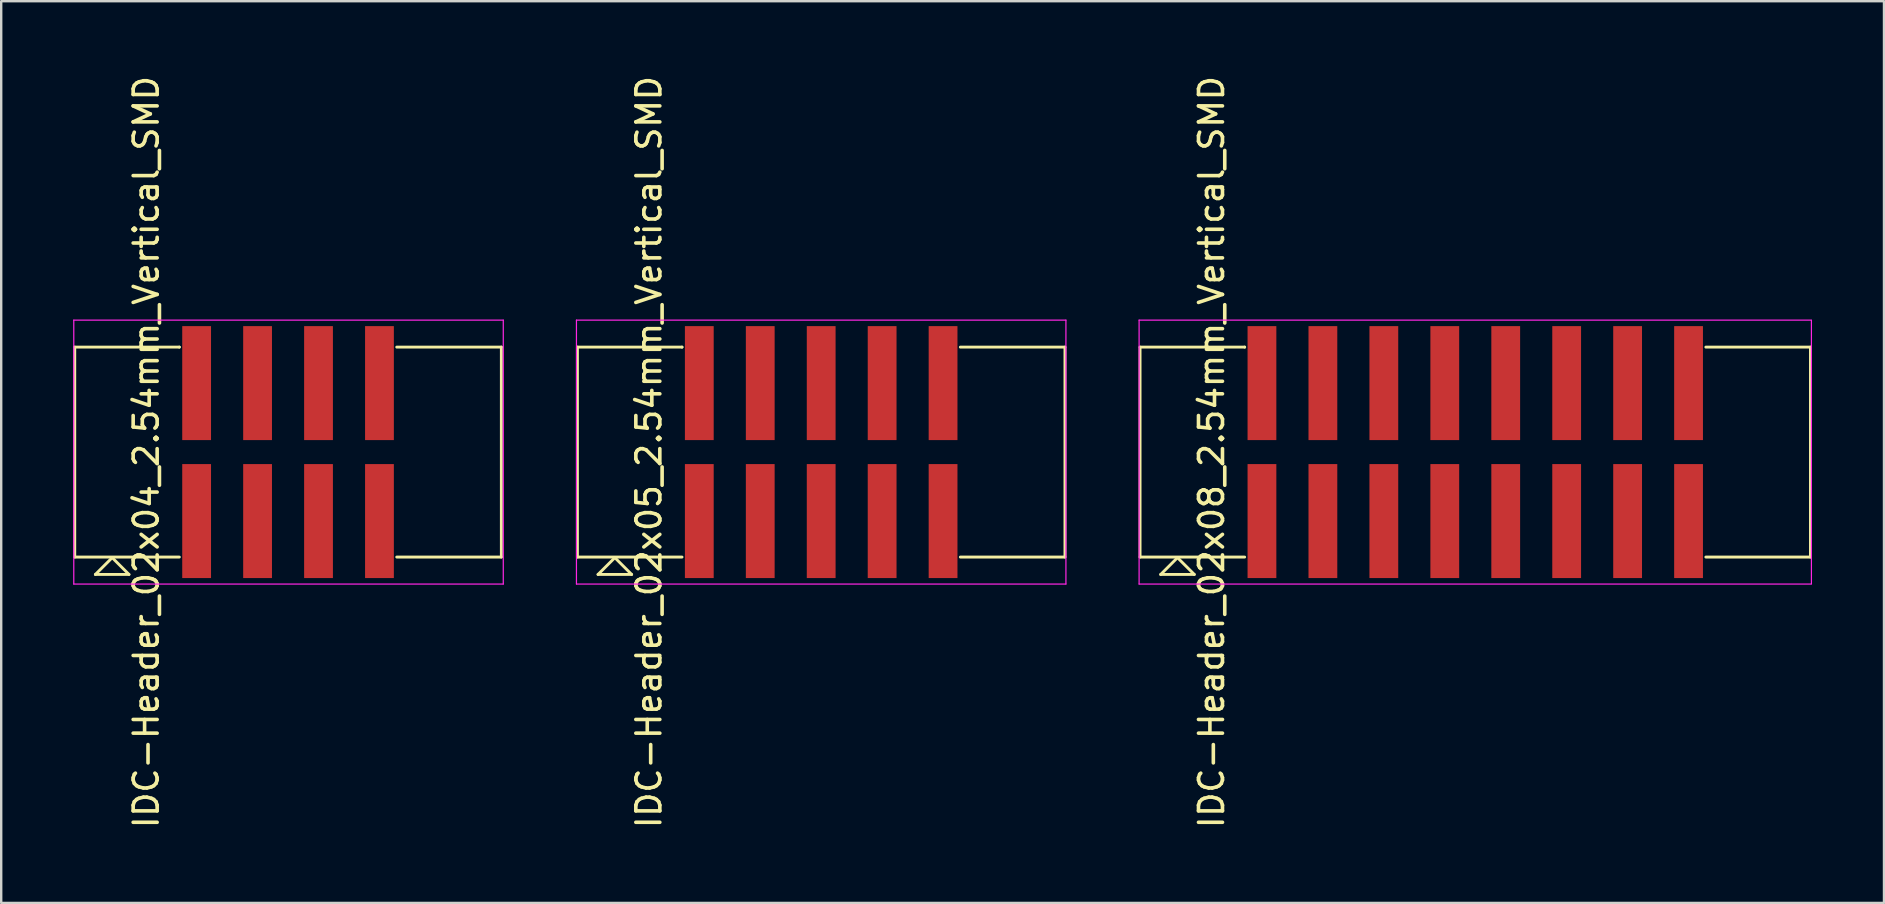
<source format=kicad_pcb>
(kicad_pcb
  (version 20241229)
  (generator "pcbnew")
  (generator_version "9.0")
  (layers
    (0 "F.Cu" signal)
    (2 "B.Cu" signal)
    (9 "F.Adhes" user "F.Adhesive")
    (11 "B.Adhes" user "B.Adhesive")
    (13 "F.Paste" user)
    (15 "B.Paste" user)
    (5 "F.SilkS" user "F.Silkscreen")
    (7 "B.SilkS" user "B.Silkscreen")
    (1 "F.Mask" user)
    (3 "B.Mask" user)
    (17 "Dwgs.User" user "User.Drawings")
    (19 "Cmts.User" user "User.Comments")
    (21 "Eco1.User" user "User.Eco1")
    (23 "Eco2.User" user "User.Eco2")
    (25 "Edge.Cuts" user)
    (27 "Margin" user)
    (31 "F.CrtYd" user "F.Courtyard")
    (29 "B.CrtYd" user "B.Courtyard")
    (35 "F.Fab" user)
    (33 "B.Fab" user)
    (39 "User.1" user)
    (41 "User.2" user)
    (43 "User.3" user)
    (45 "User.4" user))
  (footprint "IDC-Header_02x08_2.54mm_Vertical_SMD"
    (layer "F.Cu")
    (at 54.625 15.792)
    (property "Reference" "IDC-Header_02x08_2.54mm_Vertical_SMD" (at -7.18 0 90) (layer "F.SilkS") (effects (font (size 1 1) (thickness 0.15))))
    (attr smd)
    (fp_line (start -10.16 -4.375) (end -10.16 4.375) (stroke (width 0.12) (type solid)) (layer "F.SilkS"))
    (fp_line (start -10.16 -4.375) (end -5.8 -4.375) (stroke (width 0.12) (type solid)) (layer "F.SilkS"))
    (fp_line (start -10.16 4.375) (end -5.8 4.375) (stroke (width 0.12) (type solid)) (layer "F.SilkS"))
    (fp_line (start -8.6 4.4) (end -9.3 5.1) (stroke (width 0.12) (type solid)) (layer "F.SilkS"))
    (fp_line (start -8.6 4.4) (end -7.9 5.1) (stroke (width 0.12) (type solid)) (layer "F.SilkS"))
    (fp_line (start -7.9 5.1) (end -9.3 5.1) (stroke (width 0.12) (type solid)) (layer "F.SilkS"))
    (fp_line (start -5.8 -4.375) (end -5.8 -4.375) (stroke (width 0.12) (type solid)) (layer "F.SilkS"))
    (fp_line (start 13.42 -4.375) (end 17.78 -4.375) (stroke (width 0.12) (type solid)) (layer "F.SilkS"))
    (fp_line (start 13.42 4.375) (end 17.78 4.375) (stroke (width 0.12) (type solid)) (layer "F.SilkS"))
    (fp_line (start 17.78 4.375) (end 17.78 -4.375) (stroke (width 0.12) (type solid)) (layer "F.SilkS"))
    (fp_line (start -10.2 -5.5) (end 17.8 -5.5) (stroke (width 0.05) (type solid)) (layer "F.CrtYd"))
    (fp_line (start -10.2 5.5) (end -10.2 -5.5) (stroke (width 0.05) (type solid)) (layer "F.CrtYd"))
    (fp_line (start 17.8 5.5) (end -10.2 5.5) (stroke (width 0.05) (type solid)) (layer "F.CrtYd"))
    (fp_line (start 17.82 -5.5) (end 17.82 5.5) (stroke (width 0.05) (type solid)) (layer "F.CrtYd"))
    (pad "1" smd rect (at -5.08 2.875) (size 1.2 4.75) (layers "F.Cu" "F.Mask" "F.Paste"))
    (pad "2" smd rect (at -5.08 -2.875) (size 1.2 4.75) (layers "F.Cu" "F.Mask" "F.Paste"))
    (pad "3" smd rect (at -2.54 2.875) (size 1.2 4.75) (layers "F.Cu" "F.Mask" "F.Paste"))
    (pad "4" smd rect (at -2.54 -2.875) (size 1.2 4.75) (layers "F.Cu" "F.Mask" "F.Paste"))
    (pad "5" smd rect (at 0 2.875) (size 1.2 4.75) (layers "F.Cu" "F.Mask" "F.Paste"))
    (pad "6" smd rect (at 0 -2.875) (size 1.2 4.75) (layers "F.Cu" "F.Mask" "F.Paste"))
    (pad "7" smd rect (at 2.54 2.875) (size 1.2 4.75) (layers "F.Cu" "F.Mask" "F.Paste"))
    (pad "8" smd rect (at 2.54 -2.875) (size 1.2 4.75) (layers "F.Cu" "F.Mask" "F.Paste"))
    (pad "9" smd rect (at 5.08 2.875) (size 1.2 4.75) (layers "F.Cu" "F.Mask" "F.Paste"))
    (pad "10" smd rect (at 5.08 -2.875) (size 1.2 4.75) (layers "F.Cu" "F.Mask" "F.Paste"))
    (pad "11" smd rect (at 7.62 2.875) (size 1.2 4.75) (layers "F.Cu" "F.Mask" "F.Paste"))
    (pad "12" smd rect (at 7.62 -2.875) (size 1.2 4.75) (layers "F.Cu" "F.Mask" "F.Paste"))
    (pad "13" smd rect (at 10.16 2.875) (size 1.2 4.75) (layers "F.Cu" "F.Mask" "F.Paste"))
    (pad "14" smd rect (at 10.16 -2.875) (size 1.2 4.75) (layers "F.Cu" "F.Mask" "F.Paste"))
    (pad "15" smd rect (at 12.7 2.875) (size 1.2 4.75) (layers "F.Cu" "F.Mask" "F.Paste"))
    (pad "16" smd rect (at 12.7 -2.875) (size 1.2 4.75) (layers "F.Cu" "F.Mask" "F.Paste")))
  (footprint "IDC-Header_02x04_2.54mm_Vertical_SMD"
    (layer "F.Cu")
    (at 10.225 15.792)
    (property "Reference" "IDC-Header_02x04_2.54mm_Vertical_SMD" (at -7.18 0 90) (layer "F.SilkS") (effects (font (size 1 1) (thickness 0.15))))
    (attr smd)
    (fp_line (start -10.16 -4.375) (end -10.16 4.375) (stroke (width 0.12) (type solid)) (layer "F.SilkS"))
    (fp_line (start -10.16 -4.375) (end -5.8 -4.375) (stroke (width 0.12) (type solid)) (layer "F.SilkS"))
    (fp_line (start -10.16 4.375) (end -5.8 4.375) (stroke (width 0.12) (type solid)) (layer "F.SilkS"))
    (fp_line (start -8.6 4.4) (end -9.3 5.1) (stroke (width 0.12) (type solid)) (layer "F.SilkS"))
    (fp_line (start -8.6 4.4) (end -7.9 5.1) (stroke (width 0.12) (type solid)) (layer "F.SilkS"))
    (fp_line (start -7.9 5.1) (end -9.3 5.1) (stroke (width 0.12) (type solid)) (layer "F.SilkS"))
    (fp_line (start -5.8 -4.375) (end -5.8 -4.375) (stroke (width 0.12) (type solid)) (layer "F.SilkS"))
    (fp_line (start 3.26 -4.375) (end 7.62 -4.375) (stroke (width 0.12) (type solid)) (layer "F.SilkS"))
    (fp_line (start 3.26 4.375) (end 7.62 4.375) (stroke (width 0.12) (type solid)) (layer "F.SilkS"))
    (fp_line (start 7.62 4.375) (end 7.62 -4.375) (stroke (width 0.12) (type solid)) (layer "F.SilkS"))
    (fp_line (start -10.2 -5.5) (end 7.7 -5.5) (stroke (width 0.05) (type solid)) (layer "F.CrtYd"))
    (fp_line (start -10.2 5.5) (end -10.2 -5.5) (stroke (width 0.05) (type solid)) (layer "F.CrtYd"))
    (fp_line (start 7.7 -5.5) (end 7.7 5.5) (stroke (width 0.05) (type solid)) (layer "F.CrtYd"))
    (fp_line (start 7.7 5.5) (end -10.2 5.5) (stroke (width 0.05) (type solid)) (layer "F.CrtYd"))
    (pad "1" smd rect (at -5.08 2.875) (size 1.2 4.75) (layers "F.Cu" "F.Mask" "F.Paste"))
    (pad "2" smd rect (at -5.08 -2.875) (size 1.2 4.75) (layers "F.Cu" "F.Mask" "F.Paste"))
    (pad "3" smd rect (at -2.54 2.875) (size 1.2 4.75) (layers "F.Cu" "F.Mask" "F.Paste"))
    (pad "4" smd rect (at -2.54 -2.875) (size 1.2 4.75) (layers "F.Cu" "F.Mask" "F.Paste"))
    (pad "5" smd rect (at 0 2.875) (size 1.2 4.75) (layers "F.Cu" "F.Mask" "F.Paste"))
    (pad "6" smd rect (at 0 -2.875) (size 1.2 4.75) (layers "F.Cu" "F.Mask" "F.Paste"))
    (pad "7" smd rect (at 2.54 2.875) (size 1.2 4.75) (layers "F.Cu" "F.Mask" "F.Paste"))
    (pad "8" smd rect (at 2.54 -2.875) (size 1.2 4.75) (layers "F.Cu" "F.Mask" "F.Paste")))
  (footprint "IDC-Header_02x05_2.54mm_Vertical_SMD"
    (layer "F.Cu")
    (at 31.175 15.792)
    (property "Reference" "IDC-Header_02x05_2.54mm_Vertical_SMD" (at -7.18 0 90) (layer "F.SilkS") (effects (font (size 1 1) (thickness 0.15))))
    (attr smd)
    (fp_line (start -10.16 -4.375) (end -10.16 4.375) (stroke (width 0.12) (type solid)) (layer "F.SilkS"))
    (fp_line (start -10.16 -4.375) (end -5.8 -4.375) (stroke (width 0.12) (type solid)) (layer "F.SilkS"))
    (fp_line (start -10.16 4.375) (end -5.8 4.375) (stroke (width 0.12) (type solid)) (layer "F.SilkS"))
    (fp_line (start -8.6 4.4) (end -9.3 5.1) (stroke (width 0.12) (type solid)) (layer "F.SilkS"))
    (fp_line (start -8.6 4.4) (end -7.9 5.1) (stroke (width 0.12) (type solid)) (layer "F.SilkS"))
    (fp_line (start -7.9 5.1) (end -9.3 5.1) (stroke (width 0.12) (type solid)) (layer "F.SilkS"))
    (fp_line (start -5.8 -4.375) (end -5.8 -4.375) (stroke (width 0.12) (type solid)) (layer "F.SilkS"))
    (fp_line (start 5.8 -4.375) (end 10.16 -4.375) (stroke (width 0.12) (type solid)) (layer "F.SilkS"))
    (fp_line (start 5.8 4.375) (end 10.16 4.375) (stroke (width 0.12) (type solid)) (layer "F.SilkS"))
    (fp_line (start 10.16 4.375) (end 10.16 -4.375) (stroke (width 0.12) (type solid)) (layer "F.SilkS"))
    (fp_line (start -10.2 -5.5) (end 10.2 -5.5) (stroke (width 0.05) (type solid)) (layer "F.CrtYd"))
    (fp_line (start -10.2 5.5) (end -10.2 -5.5) (stroke (width 0.05) (type solid)) (layer "F.CrtYd"))
    (fp_line (start 10.2 -5.5) (end 10.2 5.5) (stroke (width 0.05) (type solid)) (layer "F.CrtYd"))
    (fp_line (start 10.2 5.5) (end -10.2 5.5) (stroke (width 0.05) (type solid)) (layer "F.CrtYd"))
    (pad "1" smd rect (at -5.08 2.875) (size 1.2 4.75) (layers "F.Cu" "F.Mask" "F.Paste"))
    (pad "2" smd rect (at -5.08 -2.875) (size 1.2 4.75) (layers "F.Cu" "F.Mask" "F.Paste"))
    (pad "3" smd rect (at -2.54 2.875) (size 1.2 4.75) (layers "F.Cu" "F.Mask" "F.Paste"))
    (pad "4" smd rect (at -2.54 -2.875) (size 1.2 4.75) (layers "F.Cu" "F.Mask" "F.Paste"))
    (pad "5" smd rect (at 0 2.875) (size 1.2 4.75) (layers "F.Cu" "F.Mask" "F.Paste"))
    (pad "6" smd rect (at 0 -2.875) (size 1.2 4.75) (layers "F.Cu" "F.Mask" "F.Paste"))
    (pad "7" smd rect (at 2.54 2.875) (size 1.2 4.75) (layers "F.Cu" "F.Mask" "F.Paste"))
    (pad "8" smd rect (at 2.54 -2.875) (size 1.2 4.75) (layers "F.Cu" "F.Mask" "F.Paste"))
    (pad "9" smd rect (at 5.08 2.875) (size 1.2 4.75) (layers "F.Cu" "F.Mask" "F.Paste"))
    (pad "10" smd rect (at 5.08 -2.875) (size 1.2 4.75) (layers "F.Cu" "F.Mask" "F.Paste")))
  (gr_rect
    (start -3 -3)
    (end 75.47 34.583)
    (stroke (width 0.1) (type default))
    (fill no)
    (layer "Edge.Cuts")))
</source>
